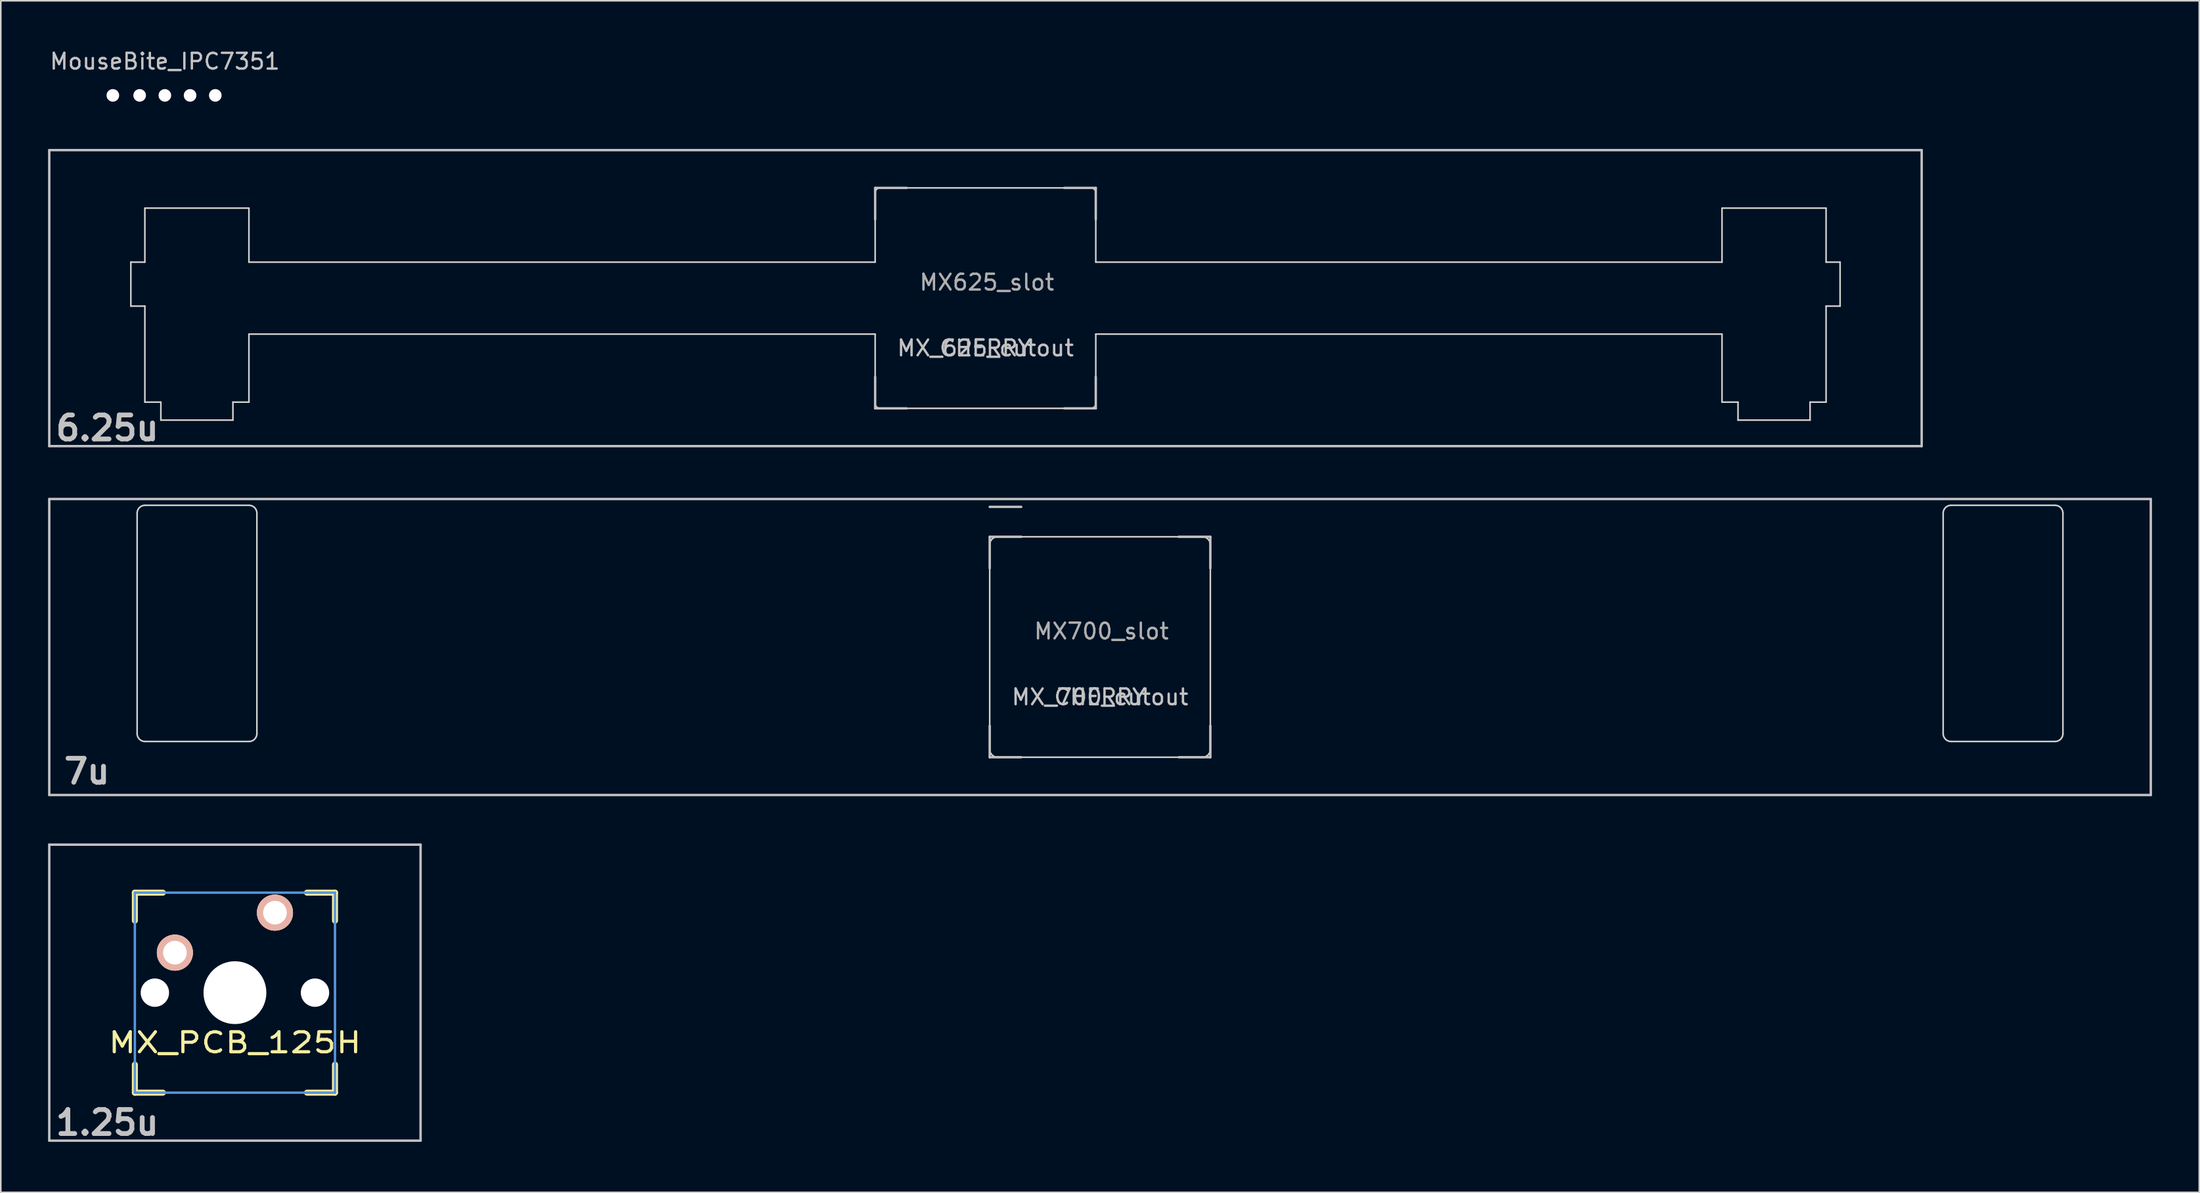
<source format=kicad_pcb>
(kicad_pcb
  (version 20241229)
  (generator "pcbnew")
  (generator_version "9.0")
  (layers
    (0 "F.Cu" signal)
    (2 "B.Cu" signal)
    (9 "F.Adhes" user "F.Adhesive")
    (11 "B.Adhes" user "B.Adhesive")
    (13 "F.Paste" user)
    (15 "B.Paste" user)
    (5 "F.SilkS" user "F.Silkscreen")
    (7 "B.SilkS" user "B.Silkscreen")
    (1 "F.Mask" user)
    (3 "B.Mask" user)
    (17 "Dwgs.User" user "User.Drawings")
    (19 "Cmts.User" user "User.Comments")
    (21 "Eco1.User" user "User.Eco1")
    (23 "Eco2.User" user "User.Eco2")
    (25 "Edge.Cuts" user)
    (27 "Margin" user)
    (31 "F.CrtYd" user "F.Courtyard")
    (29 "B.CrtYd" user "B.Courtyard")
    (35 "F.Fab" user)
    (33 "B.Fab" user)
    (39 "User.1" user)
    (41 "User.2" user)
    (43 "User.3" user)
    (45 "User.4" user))
  (footprint "MX_700_cutout"
    (layer "F.Cu")
    (at 66.751 38.037)
    (property "Reference" "MX_700_cutout" (at 0 3.175 0) (layer "Dwgs.User") (effects (font (size 1 1) (thickness 0.15))))
    (attr through_hole)
    (fp_line (start -66.675 -9.398) (end 66.675 -9.398) (stroke (width 0.152) (type solid)) (layer "Dwgs.User"))
    (fp_line (start -66.675 9.398) (end -66.675 -9.398) (stroke (width 0.152) (type solid)) (layer "Dwgs.User"))
    (fp_line (start -7 -7) (end -7 -5) (stroke (width 0.15) (type solid)) (layer "Dwgs.User"))
    (fp_line (start -7 -7) (end -5 -7) (stroke (width 0.15) (type solid)) (layer "Dwgs.User"))
    (fp_line (start -7 5) (end -7 7) (stroke (width 0.15) (type solid)) (layer "Dwgs.User"))
    (fp_line (start -5 -8.9) (end -7 -8.9) (stroke (width 0.15) (type solid)) (layer "Dwgs.User"))
    (fp_line (start -5 7) (end -7 7) (stroke (width 0.15) (type solid)) (layer "Dwgs.User"))
    (fp_line (start 5 -7) (end 7 -7) (stroke (width 0.15) (type solid)) (layer "Dwgs.User"))
    (fp_line (start 5 7) (end 7 7) (stroke (width 0.15) (type solid)) (layer "Dwgs.User"))
    (fp_line (start 7 -7) (end 7 -5) (stroke (width 0.15) (type solid)) (layer "Dwgs.User"))
    (fp_line (start 7 7) (end 7 5) (stroke (width 0.15) (type solid)) (layer "Dwgs.User"))
    (fp_line (start 59.406 -9.398) (end 66.675 -9.398) (stroke (width 0.1) (type solid)) (layer "Dwgs.User"))
    (fp_line (start 66.675 -9.398) (end 66.675 9.398) (stroke (width 0.152) (type solid)) (layer "Dwgs.User"))
    (fp_line (start 66.675 9.398) (end -66.675 9.398) (stroke (width 0.152) (type solid)) (layer "Dwgs.User"))
    (fp_line (start -61.1 -8.5) (end -61.1 5.5) (stroke (width 0.1) (type solid)) (layer "Edge.Cuts"))
    (fp_line (start -60.6 6) (end -54 6) (stroke (width 0.1) (type solid)) (layer "Edge.Cuts"))
    (fp_line (start -54 -9) (end -60.6 -9) (stroke (width 0.1) (type solid)) (layer "Edge.Cuts"))
    (fp_line (start -53.5 5.5) (end -53.5 -8.5) (stroke (width 0.1) (type solid)) (layer "Edge.Cuts"))
    (fp_line (start -7 -6.5) (end -7 6.5) (stroke (width 0.1) (type solid)) (layer "Edge.Cuts"))
    (fp_line (start 6.5 -7) (end -6.5 -7) (stroke (width 0.1) (type solid)) (layer "Edge.Cuts"))
    (fp_line (start 6.5 7) (end -6.5 7) (stroke (width 0.1) (type solid)) (layer "Edge.Cuts"))
    (fp_line (start 7 6.5) (end 7 -6.5) (stroke (width 0.1) (type solid)) (layer "Edge.Cuts"))
    (fp_line (start 53.5 5.5) (end 53.5 -8.5) (stroke (width 0.1) (type solid)) (layer "Edge.Cuts"))
    (fp_line (start 54 -9) (end 60.6 -9) (stroke (width 0.1) (type solid)) (layer "Edge.Cuts"))
    (fp_line (start 54 6) (end 60.6 6) (stroke (width 0.1) (type solid)) (layer "Edge.Cuts"))
    (fp_line (start 61.1 -8.5) (end 61.1 5.5) (stroke (width 0.1) (type solid)) (layer "Edge.Cuts"))
    (fp_arc (start -61.1 -8.5) (mid -60.953553 -8.853553) (end -60.6 -9) (stroke (width 0.1) (type solid)) (layer "Edge.Cuts"))
    (fp_arc (start -60.6 6) (mid -60.953553 5.853553) (end -61.1 5.5) (stroke (width 0.1) (type solid)) (layer "Edge.Cuts"))
    (fp_arc (start -54 -9) (mid -53.646447 -8.853553) (end -53.5 -8.5) (stroke (width 0.1) (type solid)) (layer "Edge.Cuts"))
    (fp_arc (start -53.5 5.5) (mid -53.646447 5.853553) (end -54 6) (stroke (width 0.1) (type solid)) (layer "Edge.Cuts"))
    (fp_arc (start -7 -6.5) (mid -6.853553 -6.853553) (end -6.5 -7) (stroke (width 0.1) (type solid)) (layer "Edge.Cuts"))
    (fp_arc (start -6.500001 7.000001) (mid -6.853554 6.853554) (end -7.000001 6.500001) (stroke (width 0.1) (type solid)) (layer "Edge.Cuts"))
    (fp_arc (start 6.500001 -7.000001) (mid 6.853554 -6.853554) (end 7.000001 -6.500001) (stroke (width 0.1) (type solid)) (layer "Edge.Cuts"))
    (fp_arc (start 7.000001 6.500001) (mid 6.853554 6.853554) (end 6.500001 7.000001) (stroke (width 0.1) (type solid)) (layer "Edge.Cuts"))
    (fp_arc (start 53.499999 -8.500001) (mid 53.646446 -8.853554) (end 53.999999 -9.000001) (stroke (width 0.1) (type solid)) (layer "Edge.Cuts"))
    (fp_arc (start 53.999999 6) (mid 53.646446 5.853553) (end 53.499999 5.5) (stroke (width 0.1) (type solid)) (layer "Edge.Cuts"))
    (fp_arc (start 60.600001 -9.000001) (mid 60.953554 -8.853554) (end 61.100001 -8.500001) (stroke (width 0.1) (type solid)) (layer "Edge.Cuts"))
    (fp_arc (start 61.100001 5.5) (mid 60.953554 5.853553) (end 60.600001 6) (stroke (width 0.1) (type solid)) (layer "Edge.Cuts"))
    (fp_text user "7u" (at -64.287 7.899 0) (layer "Dwgs.User") (effects (font (size 1.524 1.524) (thickness 0.305))))
    (fp_text user "CHERRY" (at 0 3.175 0) (layer "Dwgs.User") (effects (font (size 1 1) (thickness 0.15))))
    (fp_text user "MX700_slot" (at 0.089 -1.003 0) (layer "F.Fab") (effects (font (size 1 1) (thickness 0.15)))))
  (footprint "MX_625_cutout"
    (layer "F.Cu")
    (at 59.482 15.881)
    (property "Reference" "MX_625_cutout" (at 0 3.175 0) (layer "Dwgs.User") (effects (font (size 1 1) (thickness 0.15))))
    (attr through_hole)
    (fp_line (start -59.406 -9.398) (end 59.406 -9.398) (stroke (width 0.152) (type solid)) (layer "Dwgs.User"))
    (fp_line (start -59.406 9.398) (end -59.406 -9.398) (stroke (width 0.152) (type solid)) (layer "Dwgs.User"))
    (fp_line (start -7 -7) (end -7 -5) (stroke (width 0.15) (type solid)) (layer "Dwgs.User"))
    (fp_line (start -7 5) (end -7 7) (stroke (width 0.15) (type solid)) (layer "Dwgs.User"))
    (fp_line (start -5 -7) (end -7 -7) (stroke (width 0.15) (type solid)) (layer "Dwgs.User"))
    (fp_line (start -5 7) (end -7 7) (stroke (width 0.15) (type solid)) (layer "Dwgs.User"))
    (fp_line (start 5 -7) (end 7 -7) (stroke (width 0.15) (type solid)) (layer "Dwgs.User"))
    (fp_line (start 5 7) (end 7 7) (stroke (width 0.15) (type solid)) (layer "Dwgs.User"))
    (fp_line (start 7 -7) (end 7 -5) (stroke (width 0.15) (type solid)) (layer "Dwgs.User"))
    (fp_line (start 7 7) (end 7 5) (stroke (width 0.15) (type solid)) (layer "Dwgs.User"))
    (fp_line (start 59.406 -9.398) (end 59.406 9.398) (stroke (width 0.152) (type solid)) (layer "Dwgs.User"))
    (fp_line (start 59.406 9.398) (end -59.406 9.398) (stroke (width 0.152) (type solid)) (layer "Dwgs.User"))
    (fp_line (start -54.229 -2.286) (end -54.229 0.508) (stroke (width 0.1) (type solid)) (layer "Edge.Cuts"))
    (fp_line (start -54.229 0.508) (end -53.34 0.508) (stroke (width 0.1) (type solid)) (layer "Edge.Cuts"))
    (fp_line (start -53.34 -5.715) (end -53.34 -2.286) (stroke (width 0.1) (type solid)) (layer "Edge.Cuts"))
    (fp_line (start -53.34 -2.286) (end -54.229 -2.286) (stroke (width 0.1) (type solid)) (layer "Edge.Cuts"))
    (fp_line (start -53.34 0.508) (end -53.34 6.604) (stroke (width 0.1) (type solid)) (layer "Edge.Cuts"))
    (fp_line (start -53.34 6.604) (end -52.324 6.604) (stroke (width 0.1) (type solid)) (layer "Edge.Cuts"))
    (fp_line (start -52.324 6.604) (end -52.324 7.747) (stroke (width 0.1) (type solid)) (layer "Edge.Cuts"))
    (fp_line (start -52.324 7.747) (end -47.752 7.747) (stroke (width 0.1) (type solid)) (layer "Edge.Cuts"))
    (fp_line (start -47.752 6.604) (end -46.736 6.604) (stroke (width 0.1) (type solid)) (layer "Edge.Cuts"))
    (fp_line (start -47.752 7.747) (end -47.752 6.604) (stroke (width 0.1) (type solid)) (layer "Edge.Cuts"))
    (fp_line (start -46.736 -5.715) (end -53.34 -5.715) (stroke (width 0.1) (type solid)) (layer "Edge.Cuts"))
    (fp_line (start -46.736 -2.286) (end -46.736 -5.715) (stroke (width 0.1) (type solid)) (layer "Edge.Cuts"))
    (fp_line (start -46.736 2.286) (end -46.736 6.604) (stroke (width 0.1) (type solid)) (layer "Edge.Cuts"))
    (fp_line (start -7 -2.286) (end -46.736 -2.286) (stroke (width 0.1) (type solid)) (layer "Edge.Cuts"))
    (fp_line (start -7 -2.286) (end -7 -6.7) (stroke (width 0.1) (type solid)) (layer "Edge.Cuts"))
    (fp_line (start -7 2.286) (end -46.736 2.286) (stroke (width 0.1) (type solid)) (layer "Edge.Cuts"))
    (fp_line (start -7 2.286) (end -7 6.7) (stroke (width 0.1) (type solid)) (layer "Edge.Cuts"))
    (fp_line (start 6.7 -7) (end -6.7 -7) (stroke (width 0.1) (type solid)) (layer "Edge.Cuts"))
    (fp_line (start 6.7 7) (end -6.7 7) (stroke (width 0.1) (type solid)) (layer "Edge.Cuts"))
    (fp_line (start 7 -2.286) (end 7 -6.7) (stroke (width 0.1) (type solid)) (layer "Edge.Cuts"))
    (fp_line (start 7 -2.286) (end 46.736 -2.286) (stroke (width 0.1) (type solid)) (layer "Edge.Cuts"))
    (fp_line (start 7 2.286) (end 7 6.7) (stroke (width 0.1) (type solid)) (layer "Edge.Cuts"))
    (fp_line (start 7 2.286) (end 46.736 2.286) (stroke (width 0.1) (type solid)) (layer "Edge.Cuts"))
    (fp_line (start 46.736 -5.715) (end 53.34 -5.715) (stroke (width 0.1) (type solid)) (layer "Edge.Cuts"))
    (fp_line (start 46.736 -2.286) (end 46.736 -5.715) (stroke (width 0.1) (type solid)) (layer "Edge.Cuts"))
    (fp_line (start 46.736 2.286) (end 46.736 6.604) (stroke (width 0.1) (type solid)) (layer "Edge.Cuts"))
    (fp_line (start 47.752 6.604) (end 46.736 6.604) (stroke (width 0.1) (type solid)) (layer "Edge.Cuts"))
    (fp_line (start 47.752 7.747) (end 47.752 6.604) (stroke (width 0.1) (type solid)) (layer "Edge.Cuts"))
    (fp_line (start 52.324 6.604) (end 52.324 7.747) (stroke (width 0.1) (type solid)) (layer "Edge.Cuts"))
    (fp_line (start 52.324 7.747) (end 47.752 7.747) (stroke (width 0.1) (type solid)) (layer "Edge.Cuts"))
    (fp_line (start 53.34 -5.715) (end 53.34 -2.286) (stroke (width 0.1) (type solid)) (layer "Edge.Cuts"))
    (fp_line (start 53.34 -2.286) (end 54.229 -2.286) (stroke (width 0.1) (type solid)) (layer "Edge.Cuts"))
    (fp_line (start 53.34 0.508) (end 53.34 6.604) (stroke (width 0.1) (type solid)) (layer "Edge.Cuts"))
    (fp_line (start 53.34 6.604) (end 52.324 6.604) (stroke (width 0.1) (type solid)) (layer "Edge.Cuts"))
    (fp_line (start 54.229 -2.286) (end 54.229 0.508) (stroke (width 0.1) (type solid)) (layer "Edge.Cuts"))
    (fp_line (start 54.229 0.508) (end 53.34 0.508) (stroke (width 0.1) (type solid)) (layer "Edge.Cuts"))
    (fp_arc (start -7 -6.7) (mid -6.912132 -6.912132) (end -6.7 -7) (stroke (width 0.1) (type solid)) (layer "Edge.Cuts"))
    (fp_arc (start -6.7 7) (mid -6.912132 6.912132) (end -7 6.7) (stroke (width 0.1) (type solid)) (layer "Edge.Cuts"))
    (fp_arc (start 6.7 -7) (mid 6.912132 -6.912132) (end 7 -6.7) (stroke (width 0.1) (type solid)) (layer "Edge.Cuts"))
    (fp_arc (start 7 6.7) (mid 6.912132 6.912132) (end 6.7 7) (stroke (width 0.1) (type solid)) (layer "Edge.Cuts"))
    (fp_text user "6.25u" (at -55.723 8.255 0) (layer "Dwgs.User") (effects (font (size 1.524 1.524) (thickness 0.305))))
    (fp_text user "CHERRY" (at 0 3.175 0) (layer "Dwgs.User") (effects (font (size 1 1) (thickness 0.15))))
    (fp_text user "MX625_slot" (at 0.089 -1.003 0) (layer "F.Fab") (effects (font (size 1 1) (thickness 0.15)))))
  (footprint "MX_PCB_125H"
    (layer "F.Cu")
    (at 11.857 59.986)
    (property "Reference" "MX_PCB_125H" (at 0 3.175 0) (layer "F.SilkS") (effects (font (size 1.27 1.524) (thickness 0.203))))
    (attr through_hole)
    (fp_line (start -6.35 -6.35) (end -4.572 -6.35) (stroke (width 0.381) (type solid)) (layer "F.SilkS"))
    (fp_line (start -6.35 -4.572) (end -6.35 -6.35) (stroke (width 0.381) (type solid)) (layer "F.SilkS"))
    (fp_line (start -6.35 6.35) (end -6.35 4.572) (stroke (width 0.381) (type solid)) (layer "F.SilkS"))
    (fp_line (start -4.572 6.35) (end -6.35 6.35) (stroke (width 0.381) (type solid)) (layer "F.SilkS"))
    (fp_line (start 4.572 -6.35) (end 6.35 -6.35) (stroke (width 0.381) (type solid)) (layer "F.SilkS"))
    (fp_line (start 6.35 -6.35) (end 6.35 -4.572) (stroke (width 0.381) (type solid)) (layer "F.SilkS"))
    (fp_line (start 6.35 4.572) (end 6.35 6.35) (stroke (width 0.381) (type solid)) (layer "F.SilkS"))
    (fp_line (start 6.35 6.35) (end 4.572 6.35) (stroke (width 0.381) (type solid)) (layer "F.SilkS"))
    (fp_line (start -11.781 -9.398) (end 11.781 -9.398) (stroke (width 0.152) (type solid)) (layer "Dwgs.User"))
    (fp_line (start -11.781 9.398) (end -11.781 -9.398) (stroke (width 0.152) (type solid)) (layer "Dwgs.User"))
    (fp_line (start 11.781 -9.398) (end 11.781 9.398) (stroke (width 0.152) (type solid)) (layer "Dwgs.User"))
    (fp_line (start 11.781 9.398) (end -11.781 9.398) (stroke (width 0.152) (type solid)) (layer "Dwgs.User"))
    (fp_line (start -6.35 -6.35) (end 6.35 -6.35) (stroke (width 0.152) (type solid)) (layer "Cmts.User"))
    (fp_line (start -6.35 6.35) (end -6.35 -6.35) (stroke (width 0.152) (type solid)) (layer "Cmts.User"))
    (fp_line (start 6.35 -6.35) (end 6.35 6.35) (stroke (width 0.152) (type solid)) (layer "Cmts.User"))
    (fp_line (start 6.35 6.35) (end -6.35 6.35) (stroke (width 0.152) (type solid)) (layer "Cmts.User"))
    (fp_line (start -6.985 -6.985) (end 6.985 -6.985) (stroke (width 0.152) (type solid)) (layer "Eco2.User"))
    (fp_line (start -6.985 6.985) (end -6.985 -6.985) (stroke (width 0.152) (type solid)) (layer "Eco2.User"))
    (fp_line (start 6.985 -6.985) (end 6.985 6.985) (stroke (width 0.152) (type solid)) (layer "Eco2.User"))
    (fp_line (start 6.985 6.985) (end -6.985 6.985) (stroke (width 0.152) (type solid)) (layer "Eco2.User"))
    (fp_text user "1.25u" (at -8.098 8.255 0) (layer "Dwgs.User") (effects (font (size 1.524 1.524) (thickness 0.305))))
    (pad "" np_thru_hole circle (at -5.08 0) (size 1.8 1.8) (drill 1.8) (layers "*.Cu" "*.Mask"))
    (pad "" np_thru_hole circle (at 0 0) (size 3.988 3.988) (drill 3.988) (layers "*.Cu" "*.Mask"))
    (pad "" np_thru_hole circle (at 5.08 0) (size 1.8 1.8) (drill 1.8) (layers "*.Cu" "*.Mask"))
    (pad "1" thru_hole circle (at -3.81 -2.54) (size 2.286 2.286) (drill 1.499) (layers "*.Cu" "*.SilkS" "*.Mask"))
    (pad "2" thru_hole circle (at 2.54 -5.08) (size 2.286 2.286) (drill 1.499) (layers "*.Cu" "*.SilkS" "*.Mask")))
  (footprint "MouseBite_IPC7351"
    (layer "F.Cu")
    (at 7.411 3.007)
    (property "Reference" "MouseBite_IPC7351" (at 0 -2.159 0) (layer "Dwgs.User") (effects (font (size 1 1) (thickness 0.15))))
    (attr through_hole)
    (pad "" np_thru_hole circle (at -3.3 0) (size 0.8 0.8) (drill 0.8) (layers "*.Cu" "*.Mask"))
    (pad "" np_thru_hole circle (at -1.6 0) (size 0.8 0.8) (drill 0.8) (layers "*.Cu" "*.Mask"))
    (pad "" np_thru_hole circle (at 0 0) (size 0.8 0.8) (drill 0.8) (layers "*.Cu" "*.Mask"))
    (pad "" np_thru_hole circle (at 1.6 0) (size 0.8 0.8) (drill 0.8) (layers "*.Cu" "*.Mask"))
    (pad "" np_thru_hole circle (at 3.2 0) (size 0.8 0.8) (drill 0.8) (layers "*.Cu" "*.Mask")))
  (gr_rect
    (start -3 -3)
    (end 136.502 72.667)
    (stroke (width 0.1) (type default))
    (fill no)
    (layer "Edge.Cuts")))
</source>
